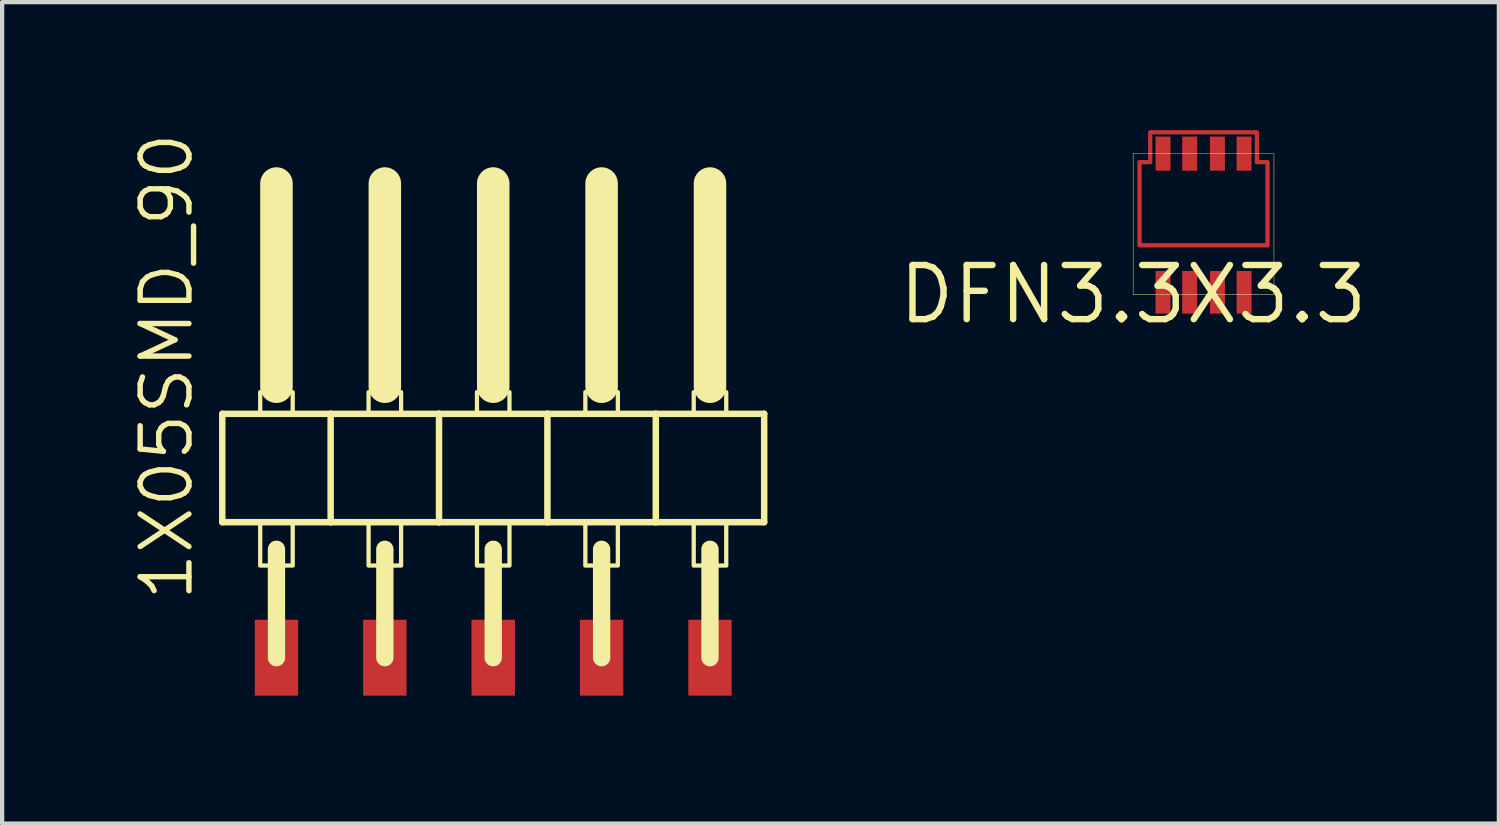
<source format=kicad_pcb>
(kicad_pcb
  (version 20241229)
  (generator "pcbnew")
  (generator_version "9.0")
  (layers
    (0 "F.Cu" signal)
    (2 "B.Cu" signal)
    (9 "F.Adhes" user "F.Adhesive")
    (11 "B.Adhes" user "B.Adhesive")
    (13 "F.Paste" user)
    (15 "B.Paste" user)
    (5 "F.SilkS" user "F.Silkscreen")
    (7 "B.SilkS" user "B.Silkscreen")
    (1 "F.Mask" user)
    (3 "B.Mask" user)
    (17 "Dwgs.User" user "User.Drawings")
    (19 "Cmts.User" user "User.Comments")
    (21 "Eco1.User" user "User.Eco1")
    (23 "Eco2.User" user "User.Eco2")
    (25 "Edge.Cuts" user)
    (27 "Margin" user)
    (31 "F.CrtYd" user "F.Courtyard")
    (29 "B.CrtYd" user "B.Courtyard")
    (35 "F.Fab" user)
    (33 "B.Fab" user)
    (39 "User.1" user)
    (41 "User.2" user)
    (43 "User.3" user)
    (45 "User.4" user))
  (footprint "1X05SMD_90"
    (layer "F.Cu")
    (at 4.699 7.283)
    (property "Reference" "1X05SMD_90" (at -3.175 3.81 90) (layer "F.SilkS") (effects (font (size 1.143 1.143) (thickness 0.127)) (justify left bottom)))
    (fp_line (start -2.54 -0.635) (end -2.54 1.905) (stroke (width 0.152) (type solid)) (layer "F.SilkS"))
    (fp_line (start -2.54 1.905) (end 0 1.905) (stroke (width 0.152) (type solid)) (layer "F.SilkS"))
    (fp_line (start -1.27 -6.032) (end -1.27 -1.27) (stroke (width 0.762) (type solid)) (layer "F.SilkS"))
    (fp_line (start -1.27 2.54) (end -1.27 5.08) (stroke (width 0.406) (type solid)) (layer "F.SilkS"))
    (fp_line (start 0 -0.635) (end -2.54 -0.635) (stroke (width 0.152) (type solid)) (layer "F.SilkS"))
    (fp_line (start 0 1.905) (end 0 -0.635) (stroke (width 0.152) (type solid)) (layer "F.SilkS"))
    (fp_line (start 0 1.905) (end 2.54 1.905) (stroke (width 0.152) (type solid)) (layer "F.SilkS"))
    (fp_line (start 1.27 -6.032) (end 1.27 -1.27) (stroke (width 0.762) (type solid)) (layer "F.SilkS"))
    (fp_line (start 1.27 2.54) (end 1.27 5.08) (stroke (width 0.406) (type solid)) (layer "F.SilkS"))
    (fp_line (start 2.54 -0.635) (end 0 -0.635) (stroke (width 0.152) (type solid)) (layer "F.SilkS"))
    (fp_line (start 2.54 1.905) (end 2.54 -0.635) (stroke (width 0.152) (type solid)) (layer "F.SilkS"))
    (fp_line (start 2.54 1.905) (end 5.08 1.905) (stroke (width 0.152) (type solid)) (layer "F.SilkS"))
    (fp_line (start 3.81 -6.032) (end 3.81 -1.27) (stroke (width 0.762) (type solid)) (layer "F.SilkS"))
    (fp_line (start 3.81 2.54) (end 3.81 5.08) (stroke (width 0.406) (type solid)) (layer "F.SilkS"))
    (fp_line (start 5.08 -0.635) (end 2.54 -0.635) (stroke (width 0.152) (type solid)) (layer "F.SilkS"))
    (fp_line (start 5.08 1.905) (end 5.08 -0.635) (stroke (width 0.152) (type solid)) (layer "F.SilkS"))
    (fp_line (start 5.08 1.905) (end 7.62 1.905) (stroke (width 0.152) (type solid)) (layer "F.SilkS"))
    (fp_line (start 6.35 -6.032) (end 6.35 -1.27) (stroke (width 0.762) (type solid)) (layer "F.SilkS"))
    (fp_line (start 6.35 2.54) (end 6.35 5.08) (stroke (width 0.406) (type solid)) (layer "F.SilkS"))
    (fp_line (start 7.62 -0.635) (end 5.08 -0.635) (stroke (width 0.152) (type solid)) (layer "F.SilkS"))
    (fp_line (start 7.62 1.905) (end 7.62 -0.635) (stroke (width 0.152) (type solid)) (layer "F.SilkS"))
    (fp_line (start 7.62 1.905) (end 10.16 1.905) (stroke (width 0.152) (type solid)) (layer "F.SilkS"))
    (fp_line (start 8.89 -6.032) (end 8.89 -1.27) (stroke (width 0.762) (type solid)) (layer "F.SilkS"))
    (fp_line (start 8.89 2.54) (end 8.89 5.08) (stroke (width 0.406) (type solid)) (layer "F.SilkS"))
    (fp_line (start 10.16 -0.635) (end 7.62 -0.635) (stroke (width 0.152) (type solid)) (layer "F.SilkS"))
    (fp_line (start 10.16 1.905) (end 10.16 -0.635) (stroke (width 0.152) (type solid)) (layer "F.SilkS"))
    (fp_poly (pts (xy -1.651 -0.635) (xy -0.889 -0.635) (xy -0.889 -1.143) (xy -1.651 -1.143)) (stroke (width 0.1) (type solid)) (fill no) (layer "F.SilkS"))
    (fp_poly (pts (xy -1.651 2.921) (xy -0.889 2.921) (xy -0.889 1.905) (xy -1.651 1.905)) (stroke (width 0.1) (type solid)) (fill no) (layer "F.SilkS"))
    (fp_poly (pts (xy 0.889 -0.635) (xy 1.651 -0.635) (xy 1.651 -1.143) (xy 0.889 -1.143)) (stroke (width 0.1) (type solid)) (fill no) (layer "F.SilkS"))
    (fp_poly (pts (xy 0.889 2.921) (xy 1.651 2.921) (xy 1.651 1.905) (xy 0.889 1.905)) (stroke (width 0.1) (type solid)) (fill no) (layer "F.SilkS"))
    (fp_poly (pts (xy 3.429 -0.635) (xy 4.191 -0.635) (xy 4.191 -1.143) (xy 3.429 -1.143)) (stroke (width 0.1) (type solid)) (fill no) (layer "F.SilkS"))
    (fp_poly (pts (xy 3.429 2.921) (xy 4.191 2.921) (xy 4.191 1.905) (xy 3.429 1.905)) (stroke (width 0.1) (type solid)) (fill no) (layer "F.SilkS"))
    (fp_poly (pts (xy 5.969 -0.635) (xy 6.731 -0.635) (xy 6.731 -1.143) (xy 5.969 -1.143)) (stroke (width 0.1) (type solid)) (fill no) (layer "F.SilkS"))
    (fp_poly (pts (xy 5.969 2.921) (xy 6.731 2.921) (xy 6.731 1.905) (xy 5.969 1.905)) (stroke (width 0.1) (type solid)) (fill no) (layer "F.SilkS"))
    (fp_poly (pts (xy 8.509 -0.635) (xy 9.271 -0.635) (xy 9.271 -1.143) (xy 8.509 -1.143)) (stroke (width 0.1) (type solid)) (fill no) (layer "F.SilkS"))
    (fp_poly (pts (xy 8.509 2.921) (xy 9.271 2.921) (xy 9.271 1.905) (xy 8.509 1.905)) (stroke (width 0.1) (type solid)) (fill no) (layer "F.SilkS"))
    (pad "1" smd rect (at -1.27 5.08 90) (size 1.778 1.016) (layers "F.Cu" "F.Mask" "F.Paste"))
    (pad "2" smd rect (at 1.27 5.08 90) (size 1.778 1.016) (layers "F.Cu" "F.Mask" "F.Paste"))
    (pad "3" smd rect (at 3.81 5.08 90) (size 1.778 1.016) (layers "F.Cu" "F.Mask" "F.Paste"))
    (pad "4" smd rect (at 6.35 5.08 90) (size 1.778 1.016) (layers "F.Cu" "F.Mask" "F.Paste"))
    (pad "5" smd rect (at 8.89 5.08 90) (size 1.778 1.016) (layers "F.Cu" "F.Mask" "F.Paste")))
  (footprint "DFN3.3X3.3"
    (layer "F.Cu")
    (at 23.506 3.85)
    (property "Reference" "DFN3.3X3.3" (at 0 0 0) (layer "F.SilkS") (effects (font (size 1.27 1.27) (thickness 0.15))))
    (fp_poly (pts (xy 2.9 -3.1) (xy 3.15 -3.1) (xy 3.15 -1.15) (xy 0.15 -1.15) (xy 0.15 -3.1) (xy 0.4 -3.1) (xy 0.4 -3.8) (xy 2.9 -3.8)) (stroke (width 0.1) (type solid)) (fill no) (layer "F.Cu"))
    (fp_poly (pts (xy 0.15 -1.175) (xy 3.15 -1.175) (xy 3.15 -3.225) (xy 0.15 -3.225)) (stroke (width 0.1) (type solid)) (fill no) (layer "F.Mask"))
    (fp_line (start 0 -3.3) (end 3.3 -3.3) (stroke (width 0.01) (type solid)) (layer "F.SilkS"))
    (fp_line (start 0 0) (end 0 -3.3) (stroke (width 0.01) (type solid)) (layer "F.SilkS"))
    (fp_line (start 0 0) (end 3.3 0) (stroke (width 0.01) (type solid)) (layer "F.SilkS"))
    (fp_line (start 3.3 -3.3) (end 3.3 0) (stroke (width 0.01) (type solid)) (layer "F.SilkS"))
    (pad "1" smd rect (at 0.7 -0.05 90) (size 1 0.35) (layers "F.Cu" "F.Mask" "F.Paste"))
    (pad "2" smd rect (at 1.325 -0.05 90) (size 1 0.35) (layers "F.Cu" "F.Mask" "F.Paste"))
    (pad "3" smd rect (at 1.975 -0.05 90) (size 1 0.35) (layers "F.Cu" "F.Mask" "F.Paste"))
    (pad "4" smd rect (at 2.6 -0.05 90) (size 1 0.35) (layers "F.Cu" "F.Mask" "F.Paste"))
    (pad "5" smd rect (at 2.6 -3.3 90) (size 0.8 0.35) (layers "F.Cu" "F.Mask" "F.Paste"))
    (pad "6" smd rect (at 1.975 -3.3 90) (size 0.8 0.35) (layers "F.Cu" "F.Mask" "F.Paste"))
    (pad "7" smd rect (at 1.325 -3.3 90) (size 0.8 0.35) (layers "F.Cu" "F.Mask" "F.Paste"))
    (pad "8" smd rect (at 0.7 -3.3 90) (size 0.8 0.35) (layers "F.Cu" "F.Mask" "F.Paste")))
  (gr_rect
    (start -3 -3)
    (end 32.077 16.252)
    (stroke (width 0.1) (type default))
    (fill no)
    (layer "Edge.Cuts")))
</source>
